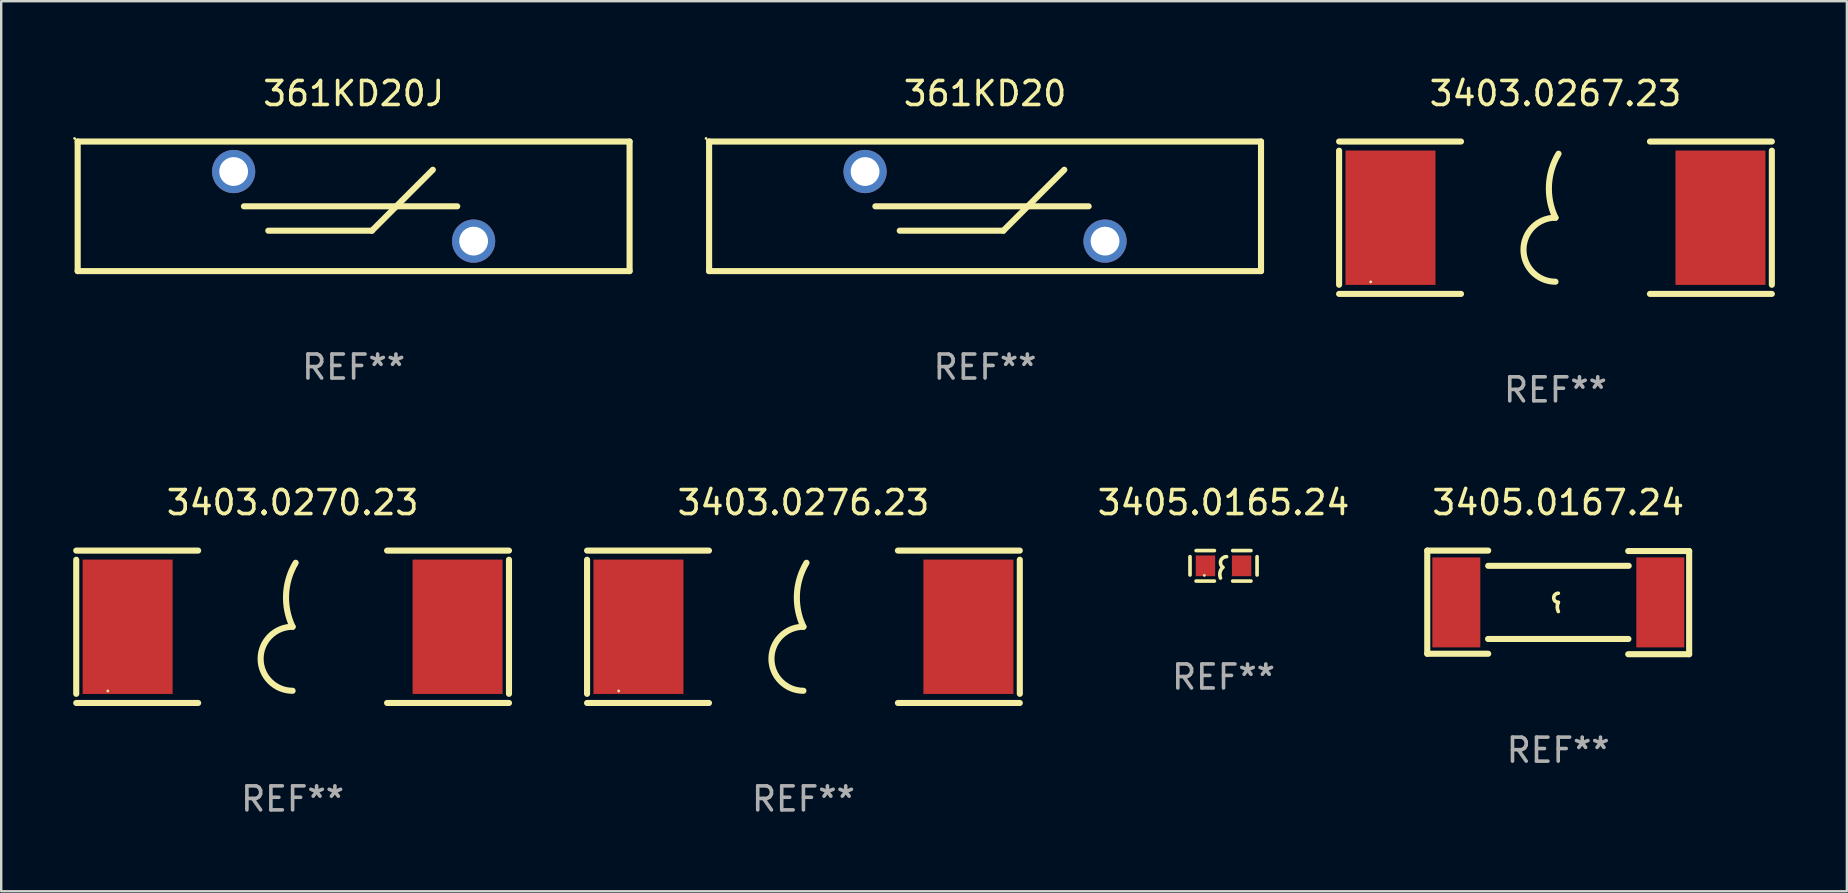
<source format=kicad_pcb>
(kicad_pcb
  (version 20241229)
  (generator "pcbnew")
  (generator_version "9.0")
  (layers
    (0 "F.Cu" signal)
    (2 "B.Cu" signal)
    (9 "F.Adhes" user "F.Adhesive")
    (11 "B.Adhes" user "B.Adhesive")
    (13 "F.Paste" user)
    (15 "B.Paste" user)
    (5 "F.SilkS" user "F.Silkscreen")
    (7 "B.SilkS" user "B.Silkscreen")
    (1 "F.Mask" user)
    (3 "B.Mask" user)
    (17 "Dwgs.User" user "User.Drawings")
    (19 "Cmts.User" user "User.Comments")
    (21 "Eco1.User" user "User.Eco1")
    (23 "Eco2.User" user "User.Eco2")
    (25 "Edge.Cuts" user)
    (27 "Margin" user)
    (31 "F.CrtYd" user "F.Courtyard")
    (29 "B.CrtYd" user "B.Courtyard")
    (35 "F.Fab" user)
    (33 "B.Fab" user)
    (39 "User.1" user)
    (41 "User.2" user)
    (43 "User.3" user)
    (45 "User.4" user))
  (footprint "3403.0276.23"
    (layer "F.Cu")
    (at 30.432 23.07)
    (property "Reference" "3403.0276.23" (at 0 -5.175 0) (layer "F.SilkS") (effects (font (size 1 1) (thickness 0.15))))
    (attr through_hole)
    (fp_line (start -9.017 -2.794) (end -9.017 2.794) (stroke (width 0.254) (type solid)) (layer "F.SilkS"))
    (fp_line (start -3.937 -3.175) (end -9.017 -3.175) (stroke (width 0.254) (type solid)) (layer "F.SilkS"))
    (fp_line (start -3.937 3.175) (end -9.017 3.175) (stroke (width 0.254) (type solid)) (layer "F.SilkS"))
    (fp_line (start 3.937 -3.175) (end 9.017 -3.175) (stroke (width 0.254) (type solid)) (layer "F.SilkS"))
    (fp_line (start 3.937 3.175) (end 9.017 3.175) (stroke (width 0.254) (type solid)) (layer "F.SilkS"))
    (fp_line (start 9.017 2.794) (end 9.017 -2.794) (stroke (width 0.254) (type solid)) (layer "F.SilkS"))
    (fp_arc (start 0 0.000001) (mid -0.271498 -1.349454) (end 0.127 -2.667005) (stroke (width 0.254001) (type solid)) (layer "F.SilkS"))
    (fp_arc (start 0 2.667005) (mid -1.33274 1.333122) (end 0.000762 0.000001) (stroke (width 0.254001) (type solid)) (layer "F.SilkS"))
    (fp_circle (center -7.7 2.675) (end -7.67 2.675) (stroke (width 0.06) (type solid)) (fill no) (layer "F.SilkS"))
    (fp_text user "REF**" (at 0 7.175 0) (layer "F.Fab") (effects (font (size 1 1) (thickness 0.15))))
    (pad "1" smd rect (at -6.875 0) (size 3.75 5.6) (layers "F.Cu" "F.Mask" "F.Paste"))
    (pad "2" smd rect (at 6.875 0) (size 3.75 5.6) (layers "F.Cu" "F.Mask" "F.Paste")))
  (footprint "361KD20"
    (layer "F.Cu")
    (at 38.001 5.548)
    (property "Reference" "361KD20" (at 0 -4.7 0) (layer "F.SilkS") (effects (font (size 1 1) (thickness 0.15))))
    (attr through_hole)
    (fp_line (start -11.5 -2.7) (end -11.5 2.7) (stroke (width 0.254) (type solid)) (layer "F.SilkS"))
    (fp_line (start -11.5 -2.7) (end 11.5 -2.7) (stroke (width 0.254) (type solid)) (layer "F.SilkS"))
    (fp_line (start -11.5 2.7) (end 11.5 2.7) (stroke (width 0.254) (type solid)) (layer "F.SilkS"))
    (fp_line (start -4.572 0) (end 4.318 0) (stroke (width 0.254) (type solid)) (layer "F.SilkS"))
    (fp_line (start -3.556 1.016) (end 0.762 1.016) (stroke (width 0.254) (type solid)) (layer "F.SilkS"))
    (fp_line (start 0.762 1.016) (end 3.302 -1.524) (stroke (width 0.254) (type solid)) (layer "F.SilkS"))
    (fp_line (start 11.5 -2.7) (end 11.5 2.7) (stroke (width 0.254) (type solid)) (layer "F.SilkS"))
    (fp_circle (center -11.627 -2.827) (end -11.597 -2.827) (stroke (width 0.06) (type solid)) (fill no) (layer "F.SilkS"))
    (fp_text user "REF**" (at 0 6.7 0) (layer "F.Fab") (effects (font (size 1 1) (thickness 0.15))))
    (pad "1" thru_hole circle (at -5 -1.45) (size 1.8 1.8) (drill 1.2) (layers "*.Cu" "*.Mask"))
    (pad "2" thru_hole circle (at 5 1.45) (size 1.8 1.8) (drill 1.2) (layers "*.Cu" "*.Mask")))
  (footprint "3403.0270.23"
    (layer "F.Cu")
    (at 9.144 23.07)
    (property "Reference" "3403.0270.23" (at 0 -5.175 0) (layer "F.SilkS") (effects (font (size 1 1) (thickness 0.15))))
    (attr through_hole)
    (fp_line (start -9.017 -2.794) (end -9.017 2.794) (stroke (width 0.254) (type solid)) (layer "F.SilkS"))
    (fp_line (start -3.937 -3.175) (end -9.017 -3.175) (stroke (width 0.254) (type solid)) (layer "F.SilkS"))
    (fp_line (start -3.937 3.175) (end -9.017 3.175) (stroke (width 0.254) (type solid)) (layer "F.SilkS"))
    (fp_line (start 3.937 -3.175) (end 9.017 -3.175) (stroke (width 0.254) (type solid)) (layer "F.SilkS"))
    (fp_line (start 3.937 3.175) (end 9.017 3.175) (stroke (width 0.254) (type solid)) (layer "F.SilkS"))
    (fp_line (start 9.017 2.794) (end 9.017 -2.794) (stroke (width 0.254) (type solid)) (layer "F.SilkS"))
    (fp_arc (start 0 0.000001) (mid -0.271498 -1.349454) (end 0.127 -2.667005) (stroke (width 0.254001) (type solid)) (layer "F.SilkS"))
    (fp_arc (start 0 2.667005) (mid -1.33274 1.333122) (end 0.000762 0.000001) (stroke (width 0.254001) (type solid)) (layer "F.SilkS"))
    (fp_circle (center -7.7 2.675) (end -7.67 2.675) (stroke (width 0.06) (type solid)) (fill no) (layer "F.SilkS"))
    (fp_text user "REF**" (at 0 7.175 0) (layer "F.Fab") (effects (font (size 1 1) (thickness 0.15))))
    (pad "1" smd rect (at -6.875 0) (size 3.75 5.6) (layers "F.Cu" "F.Mask" "F.Paste"))
    (pad "2" smd rect (at 6.875 0) (size 3.75 5.6) (layers "F.Cu" "F.Mask" "F.Paste")))
  (footprint "3405.0165.24"
    (layer "F.Cu")
    (at 47.939 20.53)
    (property "Reference" "3405.0165.24" (at 0 -2.635 0) (layer "F.SilkS") (effects (font (size 1 1) (thickness 0.15))))
    (attr through_hole)
    (fp_line (start -1.397 -0.381) (end -1.397 0.381) (stroke (width 0.152) (type solid)) (layer "F.SilkS"))
    (fp_line (start -0.381 -0.635) (end -1.143 -0.635) (stroke (width 0.152) (type solid)) (layer "F.SilkS"))
    (fp_line (start -0.381 0.635) (end -1.143 0.635) (stroke (width 0.152) (type solid)) (layer "F.SilkS"))
    (fp_line (start 0.381 -0.635) (end 1.143 -0.635) (stroke (width 0.152) (type solid)) (layer "F.SilkS"))
    (fp_line (start 0.381 0.635) (end 1.143 0.635) (stroke (width 0.152) (type solid)) (layer "F.SilkS"))
    (fp_line (start 1.397 -0.381) (end 1.397 0.381) (stroke (width 0.152) (type solid)) (layer "F.SilkS"))
    (fp_arc (start -0.127 0.508001) (mid -0.146523 0.271131) (end -0.030861 0.0635) (stroke (width 0.151994) (type solid)) (layer "F.SilkS"))
    (fp_arc (start -0.03175 0.0635) (mid -0.113571 -0.216321) (end 0.127001 -0.381002) (stroke (width 0.151994) (type solid)) (layer "F.SilkS"))
    (fp_circle (center -0.8 0.4) (end -0.77 0.4) (stroke (width 0.06) (type solid)) (fill no) (layer "F.SilkS"))
    (fp_text user "REF**" (at 0 4.635 0) (layer "F.Fab") (effects (font (size 1 1) (thickness 0.15))))
    (pad "1" smd rect (at -0.753 0) (size 0.806 0.864) (layers "F.Cu" "F.Mask" "F.Paste"))
    (pad "2" smd rect (at 0.753 0) (size 0.806 0.864) (layers "F.Cu" "F.Mask" "F.Paste")))
  (footprint "361KD20J"
    (layer "F.Cu")
    (at 11.687 5.548)
    (property "Reference" "361KD20J" (at 0 -4.7 0) (layer "F.SilkS") (effects (font (size 1 1) (thickness 0.15))))
    (attr through_hole)
    (fp_line (start -11.5 -2.7) (end -11.5 2.7) (stroke (width 0.254) (type solid)) (layer "F.SilkS"))
    (fp_line (start -11.5 -2.7) (end 11.5 -2.7) (stroke (width 0.254) (type solid)) (layer "F.SilkS"))
    (fp_line (start -11.5 2.7) (end 11.5 2.7) (stroke (width 0.254) (type solid)) (layer "F.SilkS"))
    (fp_line (start -4.572 0) (end 4.318 0) (stroke (width 0.254) (type solid)) (layer "F.SilkS"))
    (fp_line (start -3.556 1.016) (end 0.762 1.016) (stroke (width 0.254) (type solid)) (layer "F.SilkS"))
    (fp_line (start 0.762 1.016) (end 3.302 -1.524) (stroke (width 0.254) (type solid)) (layer "F.SilkS"))
    (fp_line (start 11.5 -2.7) (end 11.5 2.7) (stroke (width 0.254) (type solid)) (layer "F.SilkS"))
    (fp_circle (center -11.627 -2.827) (end -11.597 -2.827) (stroke (width 0.06) (type solid)) (fill no) (layer "F.SilkS"))
    (fp_text user "REF**" (at 0 6.7 0) (layer "F.Fab") (effects (font (size 1 1) (thickness 0.15))))
    (pad "1" thru_hole circle (at -5 -1.45) (size 1.8 1.8) (drill 1.2) (layers "*.Cu" "*.Mask"))
    (pad "2" thru_hole circle (at 5 1.45) (size 1.8 1.8) (drill 1.2) (layers "*.Cu" "*.Mask")))
  (footprint "3405.0167.24"
    (layer "F.Cu")
    (at 61.886 22.054)
    (property "Reference" "3405.0167.24" (at 0 -4.159 0) (layer "F.SilkS") (effects (font (size 1 1) (thickness 0.15))))
    (attr through_hole)
    (fp_line (start -5.457 -2.159) (end -5.457 2.14) (stroke (width 0.254) (type solid)) (layer "F.SilkS"))
    (fp_line (start -5.457 -2.159) (end -2.917 -2.159) (stroke (width 0.254) (type solid)) (layer "F.SilkS"))
    (fp_line (start -5.457 2.14) (end -2.917 2.14) (stroke (width 0.254) (type solid)) (layer "F.SilkS"))
    (fp_line (start -2.923 1.524) (end 2.926 1.524) (stroke (width 0.254) (type solid)) (layer "F.SilkS"))
    (fp_line (start -2.917 -1.524) (end 2.938 -1.524) (stroke (width 0.254) (type solid)) (layer "F.SilkS"))
    (fp_line (start 5.457 -2.14) (end 2.917 -2.14) (stroke (width 0.254) (type solid)) (layer "F.SilkS"))
    (fp_line (start 5.457 -2.14) (end 5.457 2.159) (stroke (width 0.254) (type solid)) (layer "F.SilkS"))
    (fp_line (start 5.457 2.159) (end 2.917 2.159) (stroke (width 0.254) (type solid)) (layer "F.SilkS"))
    (fp_arc (start 0.004496 0) (mid -0.186004 -0.1905) (end 0.004496 -0.381) (stroke (width 0.151994) (type solid)) (layer "F.SilkS"))
    (fp_arc (start 0.004496 0.381001) (mid -0.040475 0.1905) (end 0.004496 0) (stroke (width 0.151994) (type solid)) (layer "F.SilkS"))
    (fp_circle (center -5.446 1.5) (end -5.416 1.5) (stroke (width 0.06) (type solid)) (fill no) (layer "F.SilkS"))
    (fp_text user "REF**" (at 0 6.159 0) (layer "F.Fab") (effects (font (size 1 1) (thickness 0.15))))
    (pad "1" smd rect (at -4.246 0) (size 2 3.75) (layers "F.Cu" "F.Mask" "F.Paste"))
    (pad "2" smd rect (at 4.255 0) (size 2 3.75) (layers "F.Cu" "F.Mask" "F.Paste")))
  (footprint "3403.0267.23"
    (layer "F.Cu")
    (at 61.772 6.023)
    (property "Reference" "3403.0267.23" (at 0 -5.175 0) (layer "F.SilkS") (effects (font (size 1 1) (thickness 0.15))))
    (attr through_hole)
    (fp_line (start -9.017 -2.794) (end -9.017 2.794) (stroke (width 0.254) (type solid)) (layer "F.SilkS"))
    (fp_line (start -3.937 -3.175) (end -9.017 -3.175) (stroke (width 0.254) (type solid)) (layer "F.SilkS"))
    (fp_line (start -3.937 3.175) (end -9.017 3.175) (stroke (width 0.254) (type solid)) (layer "F.SilkS"))
    (fp_line (start 3.937 -3.175) (end 9.017 -3.175) (stroke (width 0.254) (type solid)) (layer "F.SilkS"))
    (fp_line (start 3.937 3.175) (end 9.017 3.175) (stroke (width 0.254) (type solid)) (layer "F.SilkS"))
    (fp_line (start 9.017 2.794) (end 9.017 -2.794) (stroke (width 0.254) (type solid)) (layer "F.SilkS"))
    (fp_arc (start 0 0.000001) (mid -0.271498 -1.349454) (end 0.127 -2.667005) (stroke (width 0.254001) (type solid)) (layer "F.SilkS"))
    (fp_arc (start 0 2.667005) (mid -1.33274 1.333122) (end 0.000762 0.000001) (stroke (width 0.254001) (type solid)) (layer "F.SilkS"))
    (fp_circle (center -7.7 2.675) (end -7.67 2.675) (stroke (width 0.06) (type solid)) (fill no) (layer "F.SilkS"))
    (fp_text user "REF**" (at 0 7.175 0) (layer "F.Fab") (effects (font (size 1 1) (thickness 0.15))))
    (pad "1" smd rect (at -6.875 0) (size 3.75 5.6) (layers "F.Cu" "F.Mask" "F.Paste"))
    (pad "2" smd rect (at 6.875 0) (size 3.75 5.6) (layers "F.Cu" "F.Mask" "F.Paste")))
  (gr_rect
    (start -3 -3)
    (end 73.916 34.093)
    (stroke (width 0.1) (type default))
    (fill no)
    (layer "Edge.Cuts")))
</source>
